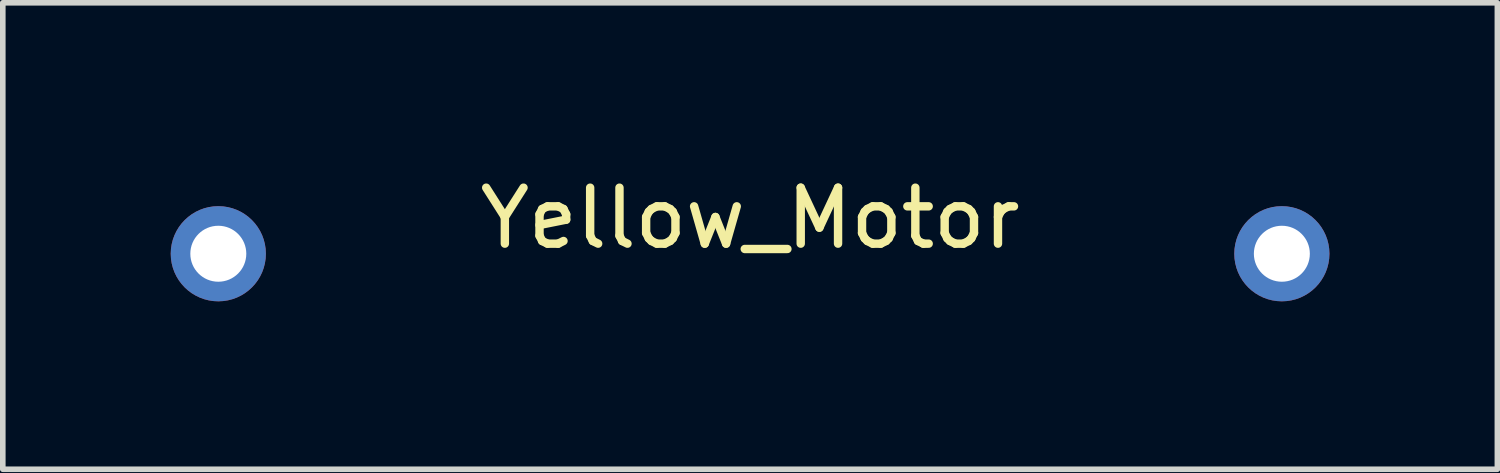
<source format=kicad_pcb>
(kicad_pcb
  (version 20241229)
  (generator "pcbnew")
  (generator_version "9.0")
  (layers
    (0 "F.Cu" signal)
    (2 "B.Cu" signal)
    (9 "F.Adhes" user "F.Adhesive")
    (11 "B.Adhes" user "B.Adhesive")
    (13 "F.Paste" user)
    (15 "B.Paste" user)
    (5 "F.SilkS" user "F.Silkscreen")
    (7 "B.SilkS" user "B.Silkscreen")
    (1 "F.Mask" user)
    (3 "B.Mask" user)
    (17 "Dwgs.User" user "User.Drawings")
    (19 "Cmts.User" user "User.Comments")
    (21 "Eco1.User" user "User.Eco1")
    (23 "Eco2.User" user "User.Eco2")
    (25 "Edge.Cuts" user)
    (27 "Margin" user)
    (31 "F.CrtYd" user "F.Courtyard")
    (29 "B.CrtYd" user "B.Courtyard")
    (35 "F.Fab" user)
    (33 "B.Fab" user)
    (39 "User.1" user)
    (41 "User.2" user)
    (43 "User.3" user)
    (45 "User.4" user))
  (footprint "Yellow_Motor"
    (layer "F.Cu")
    (at 10.35 1.483)
    (property "Reference" "Yellow_Motor" (at 0 -0.635 0) (layer "F.SilkS") (effects (font (size 1 1) (thickness 0.15))))
    (attr through_hole)
    (pad "1" thru_hole circle (at -9.5 0) (size 1.7 1.7) (drill 1) (layers "*.Cu" "*.Mask"))
    (pad "2" thru_hole circle (at 9.5 0) (size 1.7 1.7) (drill 1) (layers "*.Cu" "*.Mask")))
  (gr_rect
    (start -3 -3)
    (end 23.7 5.333)
    (stroke (width 0.1) (type default))
    (fill no)
    (layer "Edge.Cuts")))
</source>
